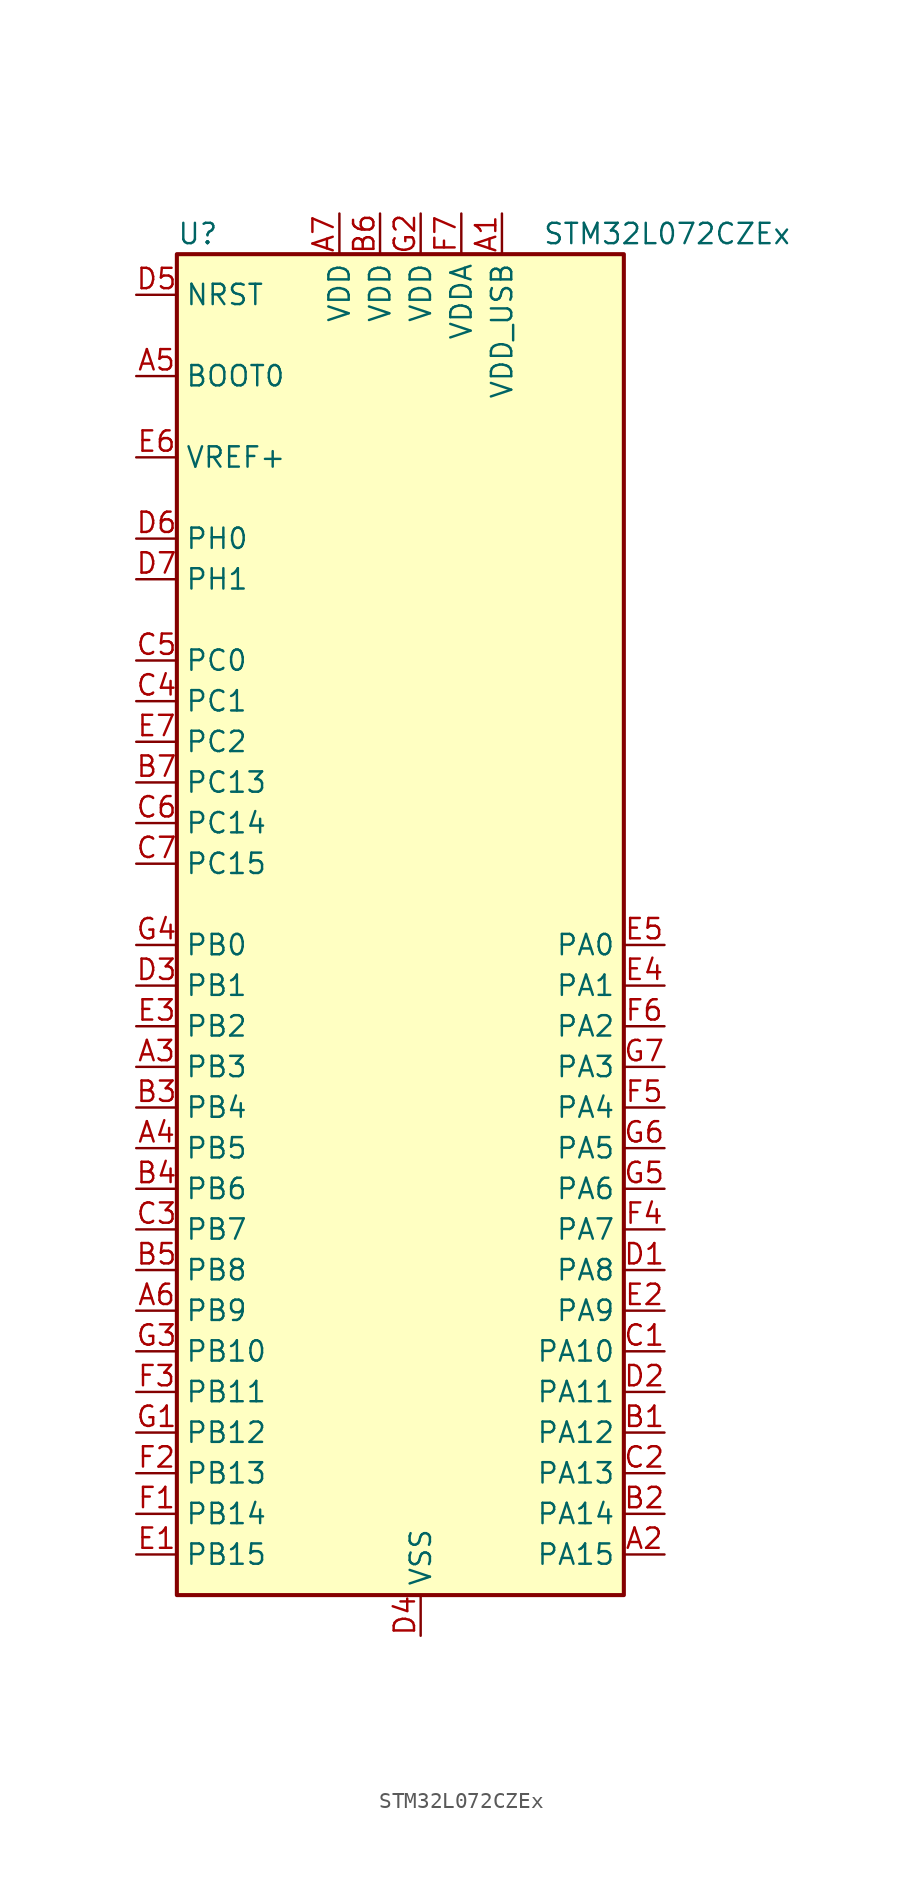
<source format=kicad_sym>
(kicad_symbol_lib
  (version 20201005)
  (generator kicad_symbol_editor)
  (symbol "STM32L072CZEx"
    (property "Reference" "U"
      (at -15.24 41.91 0)
      (effects (font (size 1.27 1.27)) (justify left)))
    (property "Value" "STM32L072CZEx"
      (at 7.62 41.91 0)
      (effects (font (size 1.27 1.27)) (justify left)))
    (symbol "STM32L072CZEx_0_1"
      (rectangle (start -15.24 -43.18) (end 12.7 40.64) (stroke (width 0.254)) (fill (type background))))
    (symbol "STM32L072CZEx_1_1"
      (pin power_in line (at 5.08 43.18 270) (length 2.54) (name "VDD_USB" (effects (font (size 1.27 1.27)))) (number "A1" (effects (font (size 1.27 1.27)))))
      (pin bidirectional line (at 15.24 -40.64 180) (length 2.54) (name "PA15" (effects (font (size 1.27 1.27)))) (number "A2" (effects (font (size 1.27 1.27)))))
      (pin bidirectional line (at -17.78 -10.16 0) (length 2.54) (name "PB3" (effects (font (size 1.27 1.27)))) (number "A3" (effects (font (size 1.27 1.27)))))
      (pin bidirectional line (at -17.78 -15.24 0) (length 2.54) (name "PB5" (effects (font (size 1.27 1.27)))) (number "A4" (effects (font (size 1.27 1.27)))))
      (pin input line (at -17.78 33.02 0) (length 2.54) (name "BOOT0" (effects (font (size 1.27 1.27)))) (number "A5" (effects (font (size 1.27 1.27)))))
      (pin bidirectional line (at -17.78 -25.4 0) (length 2.54) (name "PB9" (effects (font (size 1.27 1.27)))) (number "A6" (effects (font (size 1.27 1.27)))))
      (pin power_in line (at -5.08 43.18 270) (length 2.54) (name "VDD" (effects (font (size 1.27 1.27)))) (number "A7" (effects (font (size 1.27 1.27)))))
      (pin bidirectional line (at 15.24 -33.02 180) (length 2.54) (name "PA12" (effects (font (size 1.27 1.27)))) (number "B1" (effects (font (size 1.27 1.27)))))
      (pin bidirectional line (at 15.24 -38.1 180) (length 2.54) (name "PA14" (effects (font (size 1.27 1.27)))) (number "B2" (effects (font (size 1.27 1.27)))))
      (pin bidirectional line (at -17.78 -12.7 0) (length 2.54) (name "PB4" (effects (font (size 1.27 1.27)))) (number "B3" (effects (font (size 1.27 1.27)))))
      (pin bidirectional line (at -17.78 -17.78 0) (length 2.54) (name "PB6" (effects (font (size 1.27 1.27)))) (number "B4" (effects (font (size 1.27 1.27)))))
      (pin bidirectional line (at -17.78 -22.86 0) (length 2.54) (name "PB8" (effects (font (size 1.27 1.27)))) (number "B5" (effects (font (size 1.27 1.27)))))
      (pin power_in line (at -2.54 43.18 270) (length 2.54) (name "VDD" (effects (font (size 1.27 1.27)))) (number "B6" (effects (font (size 1.27 1.27)))))
      (pin bidirectional line (at -17.78 7.62 0) (length 2.54) (name "PC13" (effects (font (size 1.27 1.27)))) (number "B7" (effects (font (size 1.27 1.27)))))
      (pin bidirectional line (at 15.24 -27.94 180) (length 2.54) (name "PA10" (effects (font (size 1.27 1.27)))) (number "C1" (effects (font (size 1.27 1.27)))))
      (pin bidirectional line (at 15.24 -35.56 180) (length 2.54) (name "PA13" (effects (font (size 1.27 1.27)))) (number "C2" (effects (font (size 1.27 1.27)))))
      (pin bidirectional line (at -17.78 -20.32 0) (length 2.54) (name "PB7" (effects (font (size 1.27 1.27)))) (number "C3" (effects (font (size 1.27 1.27)))))
      (pin bidirectional line (at -17.78 12.7 0) (length 2.54) (name "PC1" (effects (font (size 1.27 1.27)))) (number "C4" (effects (font (size 1.27 1.27)))))
      (pin bidirectional line (at -17.78 15.24 0) (length 2.54) (name "PC0" (effects (font (size 1.27 1.27)))) (number "C5" (effects (font (size 1.27 1.27)))))
      (pin bidirectional line (at -17.78 5.08 0) (length 2.54) (name "PC14" (effects (font (size 1.27 1.27)))) (number "C6" (effects (font (size 1.27 1.27)))))
      (pin bidirectional line (at -17.78 2.54 0) (length 2.54) (name "PC15" (effects (font (size 1.27 1.27)))) (number "C7" (effects (font (size 1.27 1.27)))))
      (pin bidirectional line (at 15.24 -22.86 180) (length 2.54) (name "PA8" (effects (font (size 1.27 1.27)))) (number "D1" (effects (font (size 1.27 1.27)))))
      (pin bidirectional line (at 15.24 -30.48 180) (length 2.54) (name "PA11" (effects (font (size 1.27 1.27)))) (number "D2" (effects (font (size 1.27 1.27)))))
      (pin bidirectional line (at -17.78 -5.08 0) (length 2.54) (name "PB1" (effects (font (size 1.27 1.27)))) (number "D3" (effects (font (size 1.27 1.27)))))
      (pin power_in line (at 0 -45.72 90) (length 2.54) (name "VSS" (effects (font (size 1.27 1.27)))) (number "D4" (effects (font (size 1.27 1.27)))))
      (pin input line (at -17.78 38.1 0) (length 2.54) (name "NRST" (effects (font (size 1.27 1.27)))) (number "D5" (effects (font (size 1.27 1.27)))))
      (pin input line (at -17.78 22.86 0) (length 2.54) (name "PH0" (effects (font (size 1.27 1.27)))) (number "D6" (effects (font (size 1.27 1.27)))))
      (pin input line (at -17.78 20.32 0) (length 2.54) (name "PH1" (effects (font (size 1.27 1.27)))) (number "D7" (effects (font (size 1.27 1.27)))))
      (pin bidirectional line (at -17.78 -40.64 0) (length 2.54) (name "PB15" (effects (font (size 1.27 1.27)))) (number "E1" (effects (font (size 1.27 1.27)))))
      (pin bidirectional line (at 15.24 -25.4 180) (length 2.54) (name "PA9" (effects (font (size 1.27 1.27)))) (number "E2" (effects (font (size 1.27 1.27)))))
      (pin bidirectional line (at -17.78 -7.62 0) (length 2.54) (name "PB2" (effects (font (size 1.27 1.27)))) (number "E3" (effects (font (size 1.27 1.27)))))
      (pin bidirectional line (at 15.24 -5.08 180) (length 2.54) (name "PA1" (effects (font (size 1.27 1.27)))) (number "E4" (effects (font (size 1.27 1.27)))))
      (pin bidirectional line (at 15.24 -2.54 180) (length 2.54) (name "PA0" (effects (font (size 1.27 1.27)))) (number "E5" (effects (font (size 1.27 1.27)))))
      (pin power_in line (at -17.78 27.94 0) (length 2.54) (name "VREF+" (effects (font (size 1.27 1.27)))) (number "E6" (effects (font (size 1.27 1.27)))))
      (pin bidirectional line (at -17.78 10.16 0) (length 2.54) (name "PC2" (effects (font (size 1.27 1.27)))) (number "E7" (effects (font (size 1.27 1.27)))))
      (pin bidirectional line (at -17.78 -38.1 0) (length 2.54) (name "PB14" (effects (font (size 1.27 1.27)))) (number "F1" (effects (font (size 1.27 1.27)))))
      (pin bidirectional line (at -17.78 -35.56 0) (length 2.54) (name "PB13" (effects (font (size 1.27 1.27)))) (number "F2" (effects (font (size 1.27 1.27)))))
      (pin bidirectional line (at -17.78 -30.48 0) (length 2.54) (name "PB11" (effects (font (size 1.27 1.27)))) (number "F3" (effects (font (size 1.27 1.27)))))
      (pin bidirectional line (at 15.24 -20.32 180) (length 2.54) (name "PA7" (effects (font (size 1.27 1.27)))) (number "F4" (effects (font (size 1.27 1.27)))))
      (pin bidirectional line (at 15.24 -12.7 180) (length 2.54) (name "PA4" (effects (font (size 1.27 1.27)))) (number "F5" (effects (font (size 1.27 1.27)))))
      (pin bidirectional line (at 15.24 -7.62 180) (length 2.54) (name "PA2" (effects (font (size 1.27 1.27)))) (number "F6" (effects (font (size 1.27 1.27)))))
      (pin power_in line (at 2.54 43.18 270) (length 2.54) (name "VDDA" (effects (font (size 1.27 1.27)))) (number "F7" (effects (font (size 1.27 1.27)))))
      (pin bidirectional line (at -17.78 -33.02 0) (length 2.54) (name "PB12" (effects (font (size 1.27 1.27)))) (number "G1" (effects (font (size 1.27 1.27)))))
      (pin power_in line (at 0 43.18 270) (length 2.54) (name "VDD" (effects (font (size 1.27 1.27)))) (number "G2" (effects (font (size 1.27 1.27)))))
      (pin bidirectional line (at -17.78 -27.94 0) (length 2.54) (name "PB10" (effects (font (size 1.27 1.27)))) (number "G3" (effects (font (size 1.27 1.27)))))
      (pin bidirectional line (at -17.78 -2.54 0) (length 2.54) (name "PB0" (effects (font (size 1.27 1.27)))) (number "G4" (effects (font (size 1.27 1.27)))))
      (pin bidirectional line (at 15.24 -17.78 180) (length 2.54) (name "PA6" (effects (font (size 1.27 1.27)))) (number "G5" (effects (font (size 1.27 1.27)))))
      (pin bidirectional line (at 15.24 -15.24 180) (length 2.54) (name "PA5" (effects (font (size 1.27 1.27)))) (number "G6" (effects (font (size 1.27 1.27)))))
      (pin bidirectional line (at 15.24 -10.16 180) (length 2.54) (name "PA3" (effects (font (size 1.27 1.27)))) (number "G7" (effects (font (size 1.27 1.27))))))))
</source>
